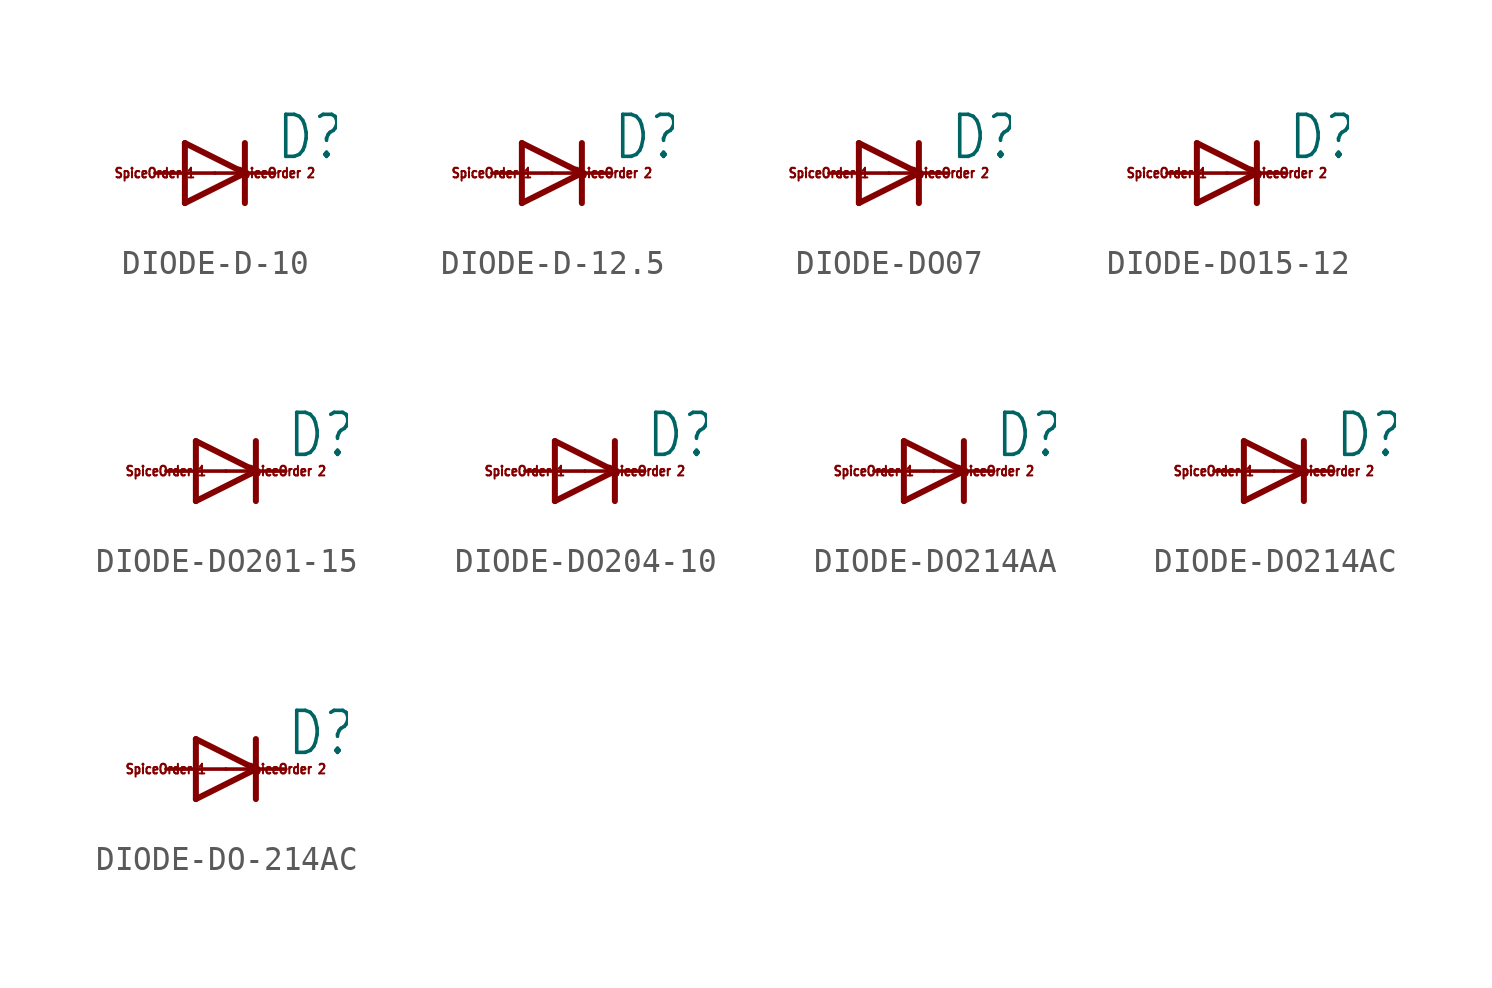
<source format=kicad_sym>
(kicad_symbol_lib
  (version 20241209)
  (generator "kicad_symbol_editor")
  (generator_version "9.0")
  (symbol "DIODE-D-10"
    (property "Reference" "D"
      (at 2.54 0.483 0)
      (effects (font (size 1.778 1.511)) (justify left bottom)))
    (property "Value" ""
      (at 2.54 -2.311 0)
      (effects (font (size 1.778 1.511)) (justify left bottom)))
    (property "ki_locked" ""
      (at 0 0 0)
      (effects (font (size 1.27 1.27))))
    (symbol "DIODE-D-10_1_0"
      (polyline (pts (xy -1.27 1.27) (xy -1.27 -1.27)) (stroke (width 0.254) (type solid)) (fill (type none)))
      (polyline (pts (xy -1.27 -1.27) (xy 1.27 0)) (stroke (width 0.254) (type solid)) (fill (type none)))
      (polyline (pts (xy 1.27 1.27) (xy 1.27 0)) (stroke (width 0.254) (type solid)) (fill (type none)))
      (polyline (pts (xy 1.27 0) (xy -1.27 1.27)) (stroke (width 0.254) (type solid)) (fill (type none)))
      (polyline (pts (xy 1.27 0) (xy 1.27 -1.27)) (stroke (width 0.254) (type solid)) (fill (type none)))
      (text "SpiceOrder 1" (at -2.54 0 0) (effects (font (size 0.406 0.345))))
      (text "SpiceOrder 2" (at 2.54 0 0) (effects (font (size 0.406 0.345))))
      (pin passive line (at -2.54 0 0) (length 2.54) (name "A" (effects (font (size 0 0)))) (number "A" (effects (font (size 0 0)))))
      (pin passive line (at 2.54 0 180) (length 2.54) (name "C" (effects (font (size 0 0)))) (number "C" (effects (font (size 0 0)))))))
  (symbol "DIODE-D-12.5"
    (property "Reference" "D"
      (at 2.54 0.483 0)
      (effects (font (size 1.778 1.511)) (justify left bottom)))
    (property "Value" ""
      (at 2.54 -2.311 0)
      (effects (font (size 1.778 1.511)) (justify left bottom)))
    (property "ki_locked" ""
      (at 0 0 0)
      (effects (font (size 1.27 1.27))))
    (symbol "DIODE-D-12.5_1_0"
      (polyline (pts (xy -1.27 1.27) (xy -1.27 -1.27)) (stroke (width 0.254) (type solid)) (fill (type none)))
      (polyline (pts (xy -1.27 -1.27) (xy 1.27 0)) (stroke (width 0.254) (type solid)) (fill (type none)))
      (polyline (pts (xy 1.27 1.27) (xy 1.27 0)) (stroke (width 0.254) (type solid)) (fill (type none)))
      (polyline (pts (xy 1.27 0) (xy -1.27 1.27)) (stroke (width 0.254) (type solid)) (fill (type none)))
      (polyline (pts (xy 1.27 0) (xy 1.27 -1.27)) (stroke (width 0.254) (type solid)) (fill (type none)))
      (text "SpiceOrder 1" (at -2.54 0 0) (effects (font (size 0.406 0.345))))
      (text "SpiceOrder 2" (at 2.54 0 0) (effects (font (size 0.406 0.345))))
      (pin passive line (at -2.54 0 0) (length 2.54) (name "A" (effects (font (size 0 0)))) (number "A" (effects (font (size 0 0)))))
      (pin passive line (at 2.54 0 180) (length 2.54) (name "C" (effects (font (size 0 0)))) (number "C" (effects (font (size 0 0)))))))
  (symbol "DIODE-DO07"
    (property "Reference" "D"
      (at 2.54 0.483 0)
      (effects (font (size 1.778 1.511)) (justify left bottom)))
    (property "Value" ""
      (at 2.54 -2.311 0)
      (effects (font (size 1.778 1.511)) (justify left bottom)))
    (property "ki_locked" ""
      (at 0 0 0)
      (effects (font (size 1.27 1.27))))
    (symbol "DIODE-DO07_1_0"
      (polyline (pts (xy -1.27 1.27) (xy -1.27 -1.27)) (stroke (width 0.254) (type solid)) (fill (type none)))
      (polyline (pts (xy -1.27 -1.27) (xy 1.27 0)) (stroke (width 0.254) (type solid)) (fill (type none)))
      (polyline (pts (xy 1.27 1.27) (xy 1.27 0)) (stroke (width 0.254) (type solid)) (fill (type none)))
      (polyline (pts (xy 1.27 0) (xy -1.27 1.27)) (stroke (width 0.254) (type solid)) (fill (type none)))
      (polyline (pts (xy 1.27 0) (xy 1.27 -1.27)) (stroke (width 0.254) (type solid)) (fill (type none)))
      (text "SpiceOrder 1" (at -2.54 0 0) (effects (font (size 0.406 0.345))))
      (text "SpiceOrder 2" (at 2.54 0 0) (effects (font (size 0.406 0.345))))
      (pin passive line (at -2.54 0 0) (length 2.54) (name "A" (effects (font (size 0 0)))) (number "A" (effects (font (size 0 0)))))
      (pin passive line (at 2.54 0 180) (length 2.54) (name "C" (effects (font (size 0 0)))) (number "C" (effects (font (size 0 0)))))))
  (symbol "DIODE-DO15-12"
    (property "Reference" "D"
      (at 2.54 0.483 0)
      (effects (font (size 1.778 1.511)) (justify left bottom)))
    (property "Value" ""
      (at 2.54 -2.311 0)
      (effects (font (size 1.778 1.511)) (justify left bottom)))
    (property "ki_locked" ""
      (at 0 0 0)
      (effects (font (size 1.27 1.27))))
    (symbol "DIODE-DO15-12_1_0"
      (polyline (pts (xy -1.27 1.27) (xy -1.27 -1.27)) (stroke (width 0.254) (type solid)) (fill (type none)))
      (polyline (pts (xy -1.27 -1.27) (xy 1.27 0)) (stroke (width 0.254) (type solid)) (fill (type none)))
      (polyline (pts (xy 1.27 1.27) (xy 1.27 0)) (stroke (width 0.254) (type solid)) (fill (type none)))
      (polyline (pts (xy 1.27 0) (xy -1.27 1.27)) (stroke (width 0.254) (type solid)) (fill (type none)))
      (polyline (pts (xy 1.27 0) (xy 1.27 -1.27)) (stroke (width 0.254) (type solid)) (fill (type none)))
      (text "SpiceOrder 1" (at -2.54 0 0) (effects (font (size 0.406 0.345))))
      (text "SpiceOrder 2" (at 2.54 0 0) (effects (font (size 0.406 0.345))))
      (pin passive line (at -2.54 0 0) (length 2.54) (name "A" (effects (font (size 0 0)))) (number "A" (effects (font (size 0 0)))))
      (pin passive line (at 2.54 0 180) (length 2.54) (name "C" (effects (font (size 0 0)))) (number "C" (effects (font (size 0 0)))))))
  (symbol "DIODE-DO201-15"
    (property "Reference" "D"
      (at 2.54 0.483 0)
      (effects (font (size 1.778 1.511)) (justify left bottom)))
    (property "Value" ""
      (at 2.54 -2.311 0)
      (effects (font (size 1.778 1.511)) (justify left bottom)))
    (property "ki_locked" ""
      (at 0 0 0)
      (effects (font (size 1.27 1.27))))
    (symbol "DIODE-DO201-15_1_0"
      (polyline (pts (xy -1.27 1.27) (xy -1.27 -1.27)) (stroke (width 0.254) (type solid)) (fill (type none)))
      (polyline (pts (xy -1.27 -1.27) (xy 1.27 0)) (stroke (width 0.254) (type solid)) (fill (type none)))
      (polyline (pts (xy 1.27 1.27) (xy 1.27 0)) (stroke (width 0.254) (type solid)) (fill (type none)))
      (polyline (pts (xy 1.27 0) (xy -1.27 1.27)) (stroke (width 0.254) (type solid)) (fill (type none)))
      (polyline (pts (xy 1.27 0) (xy 1.27 -1.27)) (stroke (width 0.254) (type solid)) (fill (type none)))
      (text "SpiceOrder 1" (at -2.54 0 0) (effects (font (size 0.406 0.345))))
      (text "SpiceOrder 2" (at 2.54 0 0) (effects (font (size 0.406 0.345))))
      (pin passive line (at -2.54 0 0) (length 2.54) (name "A" (effects (font (size 0 0)))) (number "A" (effects (font (size 0 0)))))
      (pin passive line (at 2.54 0 180) (length 2.54) (name "C" (effects (font (size 0 0)))) (number "C" (effects (font (size 0 0)))))))
  (symbol "DIODE-DO204-10"
    (property "Reference" "D"
      (at 2.54 0.483 0)
      (effects (font (size 1.778 1.511)) (justify left bottom)))
    (property "Value" ""
      (at 2.54 -2.311 0)
      (effects (font (size 1.778 1.511)) (justify left bottom)))
    (property "ki_locked" ""
      (at 0 0 0)
      (effects (font (size 1.27 1.27))))
    (symbol "DIODE-DO204-10_1_0"
      (polyline (pts (xy -1.27 1.27) (xy -1.27 -1.27)) (stroke (width 0.254) (type solid)) (fill (type none)))
      (polyline (pts (xy -1.27 -1.27) (xy 1.27 0)) (stroke (width 0.254) (type solid)) (fill (type none)))
      (polyline (pts (xy 1.27 1.27) (xy 1.27 0)) (stroke (width 0.254) (type solid)) (fill (type none)))
      (polyline (pts (xy 1.27 0) (xy -1.27 1.27)) (stroke (width 0.254) (type solid)) (fill (type none)))
      (polyline (pts (xy 1.27 0) (xy 1.27 -1.27)) (stroke (width 0.254) (type solid)) (fill (type none)))
      (text "SpiceOrder 1" (at -2.54 0 0) (effects (font (size 0.406 0.345))))
      (text "SpiceOrder 2" (at 2.54 0 0) (effects (font (size 0.406 0.345))))
      (pin passive line (at -2.54 0 0) (length 2.54) (name "A" (effects (font (size 0 0)))) (number "A" (effects (font (size 0 0)))))
      (pin passive line (at 2.54 0 180) (length 2.54) (name "C" (effects (font (size 0 0)))) (number "C" (effects (font (size 0 0)))))))
  (symbol "DIODE-DO214AA"
    (property "Reference" "D"
      (at 2.54 0.483 0)
      (effects (font (size 1.778 1.511)) (justify left bottom)))
    (property "Value" ""
      (at 2.54 -2.311 0)
      (effects (font (size 1.778 1.511)) (justify left bottom)))
    (property "ki_locked" ""
      (at 0 0 0)
      (effects (font (size 1.27 1.27))))
    (symbol "DIODE-DO214AA_1_0"
      (polyline (pts (xy -1.27 1.27) (xy -1.27 -1.27)) (stroke (width 0.254) (type solid)) (fill (type none)))
      (polyline (pts (xy -1.27 -1.27) (xy 1.27 0)) (stroke (width 0.254) (type solid)) (fill (type none)))
      (polyline (pts (xy 1.27 1.27) (xy 1.27 0)) (stroke (width 0.254) (type solid)) (fill (type none)))
      (polyline (pts (xy 1.27 0) (xy -1.27 1.27)) (stroke (width 0.254) (type solid)) (fill (type none)))
      (polyline (pts (xy 1.27 0) (xy 1.27 -1.27)) (stroke (width 0.254) (type solid)) (fill (type none)))
      (text "SpiceOrder 1" (at -2.54 0 0) (effects (font (size 0.406 0.345))))
      (text "SpiceOrder 2" (at 2.54 0 0) (effects (font (size 0.406 0.345))))
      (pin passive line (at -2.54 0 0) (length 2.54) (name "A" (effects (font (size 0 0)))) (number "A" (effects (font (size 0 0)))))
      (pin passive line (at 2.54 0 180) (length 2.54) (name "C" (effects (font (size 0 0)))) (number "C" (effects (font (size 0 0)))))))
  (symbol "DIODE-DO214AC"
    (property "Reference" "D"
      (at 2.54 0.483 0)
      (effects (font (size 1.778 1.511)) (justify left bottom)))
    (property "Value" ""
      (at 2.54 -2.311 0)
      (effects (font (size 1.778 1.511)) (justify left bottom)))
    (property "ki_locked" ""
      (at 0 0 0)
      (effects (font (size 1.27 1.27))))
    (symbol "DIODE-DO214AC_1_0"
      (polyline (pts (xy -1.27 1.27) (xy -1.27 -1.27)) (stroke (width 0.254) (type solid)) (fill (type none)))
      (polyline (pts (xy -1.27 -1.27) (xy 1.27 0)) (stroke (width 0.254) (type solid)) (fill (type none)))
      (polyline (pts (xy 1.27 1.27) (xy 1.27 0)) (stroke (width 0.254) (type solid)) (fill (type none)))
      (polyline (pts (xy 1.27 0) (xy -1.27 1.27)) (stroke (width 0.254) (type solid)) (fill (type none)))
      (polyline (pts (xy 1.27 0) (xy 1.27 -1.27)) (stroke (width 0.254) (type solid)) (fill (type none)))
      (text "SpiceOrder 1" (at -2.54 0 0) (effects (font (size 0.406 0.345))))
      (text "SpiceOrder 2" (at 2.54 0 0) (effects (font (size 0.406 0.345))))
      (pin passive line (at -2.54 0 0) (length 2.54) (name "A" (effects (font (size 0 0)))) (number "A" (effects (font (size 0 0)))))
      (pin passive line (at 2.54 0 180) (length 2.54) (name "C" (effects (font (size 0 0)))) (number "C" (effects (font (size 0 0)))))))
  (symbol "DIODE-DO-214AC"
    (property "Reference" "D"
      (at 2.54 0.483 0)
      (effects (font (size 1.778 1.511)) (justify left bottom)))
    (property "Value" ""
      (at 2.54 -2.311 0)
      (effects (font (size 1.778 1.511)) (justify left bottom)))
    (property "ki_locked" ""
      (at 0 0 0)
      (effects (font (size 1.27 1.27))))
    (symbol "DIODE-DO-214AC_1_0"
      (polyline (pts (xy -1.27 1.27) (xy -1.27 -1.27)) (stroke (width 0.254) (type solid)) (fill (type none)))
      (polyline (pts (xy -1.27 -1.27) (xy 1.27 0)) (stroke (width 0.254) (type solid)) (fill (type none)))
      (polyline (pts (xy 1.27 1.27) (xy 1.27 0)) (stroke (width 0.254) (type solid)) (fill (type none)))
      (polyline (pts (xy 1.27 0) (xy -1.27 1.27)) (stroke (width 0.254) (type solid)) (fill (type none)))
      (polyline (pts (xy 1.27 0) (xy 1.27 -1.27)) (stroke (width 0.254) (type solid)) (fill (type none)))
      (text "SpiceOrder 1" (at -2.54 0 0) (effects (font (size 0.406 0.345))))
      (text "SpiceOrder 2" (at 2.54 0 0) (effects (font (size 0.406 0.345))))
      (pin passive line (at -2.54 0 0) (length 2.54) (name "A" (effects (font (size 0 0)))) (number "A" (effects (font (size 0 0)))))
      (pin passive line (at 2.54 0 180) (length 2.54) (name "C" (effects (font (size 0 0)))) (number "C" (effects (font (size 0 0))))))))
</source>
